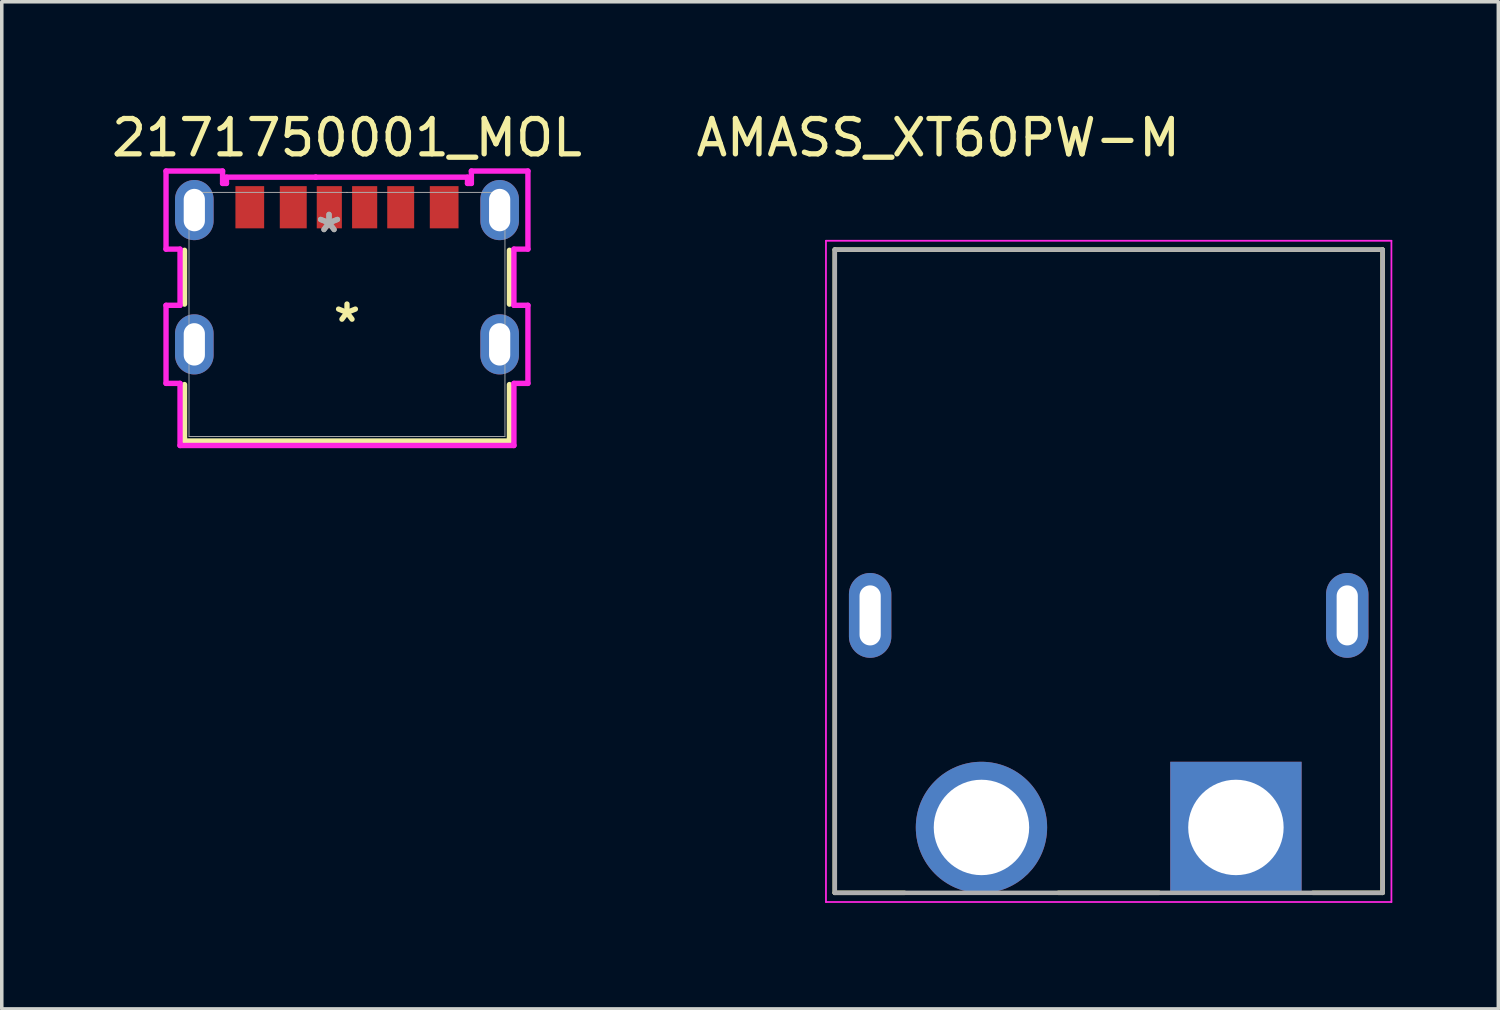
<source format=kicad_pcb>
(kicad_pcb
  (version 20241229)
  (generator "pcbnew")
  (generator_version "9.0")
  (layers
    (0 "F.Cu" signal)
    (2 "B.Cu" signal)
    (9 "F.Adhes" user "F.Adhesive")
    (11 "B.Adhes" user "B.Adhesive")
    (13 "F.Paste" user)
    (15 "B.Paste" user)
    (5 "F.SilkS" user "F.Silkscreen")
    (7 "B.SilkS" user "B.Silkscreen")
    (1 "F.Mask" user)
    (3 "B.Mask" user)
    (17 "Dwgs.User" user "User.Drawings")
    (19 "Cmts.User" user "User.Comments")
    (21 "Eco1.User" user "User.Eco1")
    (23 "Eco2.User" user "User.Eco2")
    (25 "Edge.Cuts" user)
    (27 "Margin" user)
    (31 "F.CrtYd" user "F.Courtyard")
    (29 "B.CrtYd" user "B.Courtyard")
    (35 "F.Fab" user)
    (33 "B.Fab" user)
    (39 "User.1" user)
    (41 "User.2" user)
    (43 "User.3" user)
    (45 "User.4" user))
  (footprint "AMASS_XT60PW-M"
    (layer "F.Cu")
    (at 28.321 14.363)
    (property "Reference" "AMASS_XT60PW-M" (at -4.824 -13.515 0) (layer "F.SilkS") (effects (font (size 1 1) (thickness 0.15))))
    (attr through_hole)
    (fp_line (start -7.75 -10.35) (end -7.75 7.85) (stroke (width 0.127) (type solid)) (layer "F.SilkS"))
    (fp_line (start -7.75 7.85) (end -5.778 7.85) (stroke (width 0.127) (type solid)) (layer "F.SilkS"))
    (fp_line (start -1.422 7.85) (end 1.422 7.85) (stroke (width 0.127) (type solid)) (layer "F.SilkS"))
    (fp_line (start 7.75 -10.35) (end -7.75 -10.35) (stroke (width 0.127) (type solid)) (layer "F.SilkS"))
    (fp_line (start 7.75 7.85) (end 5.778 7.85) (stroke (width 0.127) (type solid)) (layer "F.SilkS"))
    (fp_line (start 7.75 7.85) (end 7.75 -10.35) (stroke (width 0.127) (type solid)) (layer "F.SilkS"))
    (fp_line (start -8 -10.6) (end -8 8.11) (stroke (width 0.05) (type solid)) (layer "F.CrtYd"))
    (fp_line (start -8 8.11) (end 8 8.11) (stroke (width 0.05) (type solid)) (layer "F.CrtYd"))
    (fp_line (start 8 -10.6) (end -8 -10.6) (stroke (width 0.05) (type solid)) (layer "F.CrtYd"))
    (fp_line (start 8 8.11) (end 8 -10.6) (stroke (width 0.05) (type solid)) (layer "F.CrtYd"))
    (fp_line (start -7.75 -10.35) (end -7.75 7.85) (stroke (width 0.127) (type solid)) (layer "F.Fab"))
    (fp_line (start -7.75 7.85) (end 7.75 7.85) (stroke (width 0.127) (type solid)) (layer "F.Fab"))
    (fp_line (start 7.75 -10.35) (end -7.75 -10.35) (stroke (width 0.127) (type solid)) (layer "F.Fab"))
    (fp_line (start 7.75 7.85) (end 7.75 -10.35) (stroke (width 0.127) (type solid)) (layer "F.Fab"))
    (pad "" thru_hole oval (at -6.75 0) (size 1.2 2.4) (drill oval 0.6 1.7) (layers "*.Cu" "*.Mask"))
    (pad "" thru_hole oval (at 6.75 0) (size 1.2 2.4) (drill oval 0.6 1.7) (layers "*.Cu" "*.Mask"))
    (pad "1" thru_hole rect (at 3.6 6) (size 3.716 3.716) (drill 2.7) (layers "*.Cu" "*.Mask"))
    (pad "2" thru_hole circle (at -3.6 6) (size 3.716 3.716) (drill 2.7) (layers "*.Cu" "*.Mask")))
  (footprint "2171750001_MOL"
    (layer "F.Cu")
    (at 6.768 5.848)
    (property "Reference" "2171750001_MOL" (at 0 -5 0) (unlocked yes) (layer "F.SilkS") (effects (font (size 1 1) (thickness 0.15))))
    (attr smd)
    (fp_line (start -4.597 -1.816) (end -4.597 -0.293) (stroke (width 0.152) (type solid)) (layer "F.SilkS"))
    (fp_line (start -4.597 1.984) (end -4.597 3.581) (stroke (width 0.152) (type solid)) (layer "F.SilkS"))
    (fp_line (start -4.597 3.581) (end 4.597 3.581) (stroke (width 0.152) (type solid)) (layer "F.SilkS"))
    (fp_line (start 4.597 -0.293) (end 4.597 -1.816) (stroke (width 0.152) (type solid)) (layer "F.SilkS"))
    (fp_line (start 4.597 3.581) (end 4.597 1.984) (stroke (width 0.152) (type solid)) (layer "F.SilkS"))
    (fp_line (start -5.12 -4.059) (end -5.12 -1.849) (stroke (width 0.152) (type solid)) (layer "F.CrtYd"))
    (fp_line (start -5.12 -1.849) (end -4.724 -1.849) (stroke (width 0.152) (type solid)) (layer "F.CrtYd"))
    (fp_line (start -5.12 -0.259) (end -5.12 1.95) (stroke (width 0.152) (type solid)) (layer "F.CrtYd"))
    (fp_line (start -5.12 1.95) (end -4.724 1.95) (stroke (width 0.152) (type solid)) (layer "F.CrtYd"))
    (fp_line (start -4.724 -1.849) (end -4.724 -0.259) (stroke (width 0.152) (type solid)) (layer "F.CrtYd"))
    (fp_line (start -4.724 -0.259) (end -5.12 -0.259) (stroke (width 0.152) (type solid)) (layer "F.CrtYd"))
    (fp_line (start -4.724 1.95) (end -4.724 3.708) (stroke (width 0.152) (type solid)) (layer "F.CrtYd"))
    (fp_line (start -4.724 3.708) (end 4.724 3.708) (stroke (width 0.152) (type solid)) (layer "F.CrtYd"))
    (fp_line (start -3.52 -4.059) (end -5.12 -4.059) (stroke (width 0.152) (type solid)) (layer "F.CrtYd"))
    (fp_line (start -3.52 -3.708) (end -3.52 -4.059) (stroke (width 0.152) (type solid)) (layer "F.CrtYd"))
    (fp_line (start -3.41 -3.885) (end -3.41 -3.708) (stroke (width 0.152) (type solid)) (layer "F.CrtYd"))
    (fp_line (start -3.41 -3.708) (end -3.52 -3.708) (stroke (width 0.152) (type solid)) (layer "F.CrtYd"))
    (fp_line (start -0.885 -3.885) (end -0.885 -3.885) (stroke (width 0.152) (type solid)) (layer "F.CrtYd"))
    (fp_line (start -0.885 -3.885) (end -3.41 -3.885) (stroke (width 0.152) (type solid)) (layer "F.CrtYd"))
    (fp_line (start 3.41 -3.885) (end -0.885 -3.885) (stroke (width 0.152) (type solid)) (layer "F.CrtYd"))
    (fp_line (start 3.41 -3.708) (end 3.41 -3.885) (stroke (width 0.152) (type solid)) (layer "F.CrtYd"))
    (fp_line (start 3.52 -4.059) (end 3.52 -3.708) (stroke (width 0.152) (type solid)) (layer "F.CrtYd"))
    (fp_line (start 3.52 -3.708) (end 3.41 -3.708) (stroke (width 0.152) (type solid)) (layer "F.CrtYd"))
    (fp_line (start 4.724 -1.849) (end 5.12 -1.849) (stroke (width 0.152) (type solid)) (layer "F.CrtYd"))
    (fp_line (start 4.724 -0.259) (end 4.724 -1.849) (stroke (width 0.152) (type solid)) (layer "F.CrtYd"))
    (fp_line (start 4.724 1.95) (end 5.12 1.95) (stroke (width 0.152) (type solid)) (layer "F.CrtYd"))
    (fp_line (start 4.724 3.708) (end 4.724 1.95) (stroke (width 0.152) (type solid)) (layer "F.CrtYd"))
    (fp_line (start 5.12 -4.059) (end 3.52 -4.059) (stroke (width 0.152) (type solid)) (layer "F.CrtYd"))
    (fp_line (start 5.12 -1.849) (end 5.12 -4.059) (stroke (width 0.152) (type solid)) (layer "F.CrtYd"))
    (fp_line (start 5.12 -0.259) (end 4.724 -0.259) (stroke (width 0.152) (type solid)) (layer "F.CrtYd"))
    (fp_line (start 5.12 1.95) (end 5.12 -0.259) (stroke (width 0.152) (type solid)) (layer "F.CrtYd"))
    (fp_line (start -4.47 -3.454) (end -4.47 3.454) (stroke (width 0.025) (type solid)) (layer "F.Fab"))
    (fp_line (start -4.47 3.454) (end 4.47 3.454) (stroke (width 0.025) (type solid)) (layer "F.Fab"))
    (fp_line (start 0 -3.454) (end 0 -3.454) (stroke (width 0.025) (type solid)) (layer "F.Fab"))
    (fp_line (start 0 -3.454) (end 0 -3.454) (stroke (width 0.025) (type solid)) (layer "F.Fab"))
    (fp_line (start 0 -3.454) (end 0 -3.454) (stroke (width 0.025) (type solid)) (layer "F.Fab"))
    (fp_line (start 0 -3.454) (end 0 -3.454) (stroke (width 0.025) (type solid)) (layer "F.Fab"))
    (fp_line (start 4.47 -3.454) (end -4.47 -3.454) (stroke (width 0.025) (type solid)) (layer "F.Fab"))
    (fp_line (start 4.47 3.454) (end 4.47 -3.454) (stroke (width 0.025) (type solid)) (layer "F.Fab"))
    (fp_text user "*" (at 0 0.25 0) (layer "F.SilkS") (effects (font (size 1 1) (thickness 0.15))))
    (fp_text user "*" (at -0.508 -2.286 0) (unlocked yes) (layer "F.Fab") (effects (font (size 1 1) (thickness 0.15))))
    (fp_text user "*" (at -0.508 -2.286 0) (layer "F.Fab") (effects (font (size 1 1) (thickness 0.15))))
    (pad "7" thru_hole oval (at -4.32 -2.954) (size 1.092 1.702) (drill oval 0.6 1.2) (layers "*.Cu" "*.Mask"))
    (pad "7" thru_hole oval (at -4.32 0.846) (size 1.092 1.702) (drill oval 0.6 1.2) (layers "*.Cu" "*.Mask"))
    (pad "7" thru_hole oval (at 4.32 -2.954) (size 1.092 1.702) (drill oval 0.6 1.2) (layers "*.Cu" "*.Mask"))
    (pad "7" thru_hole oval (at 4.32 0.846) (size 1.092 1.702) (drill oval 0.6 1.2) (layers "*.Cu" "*.Mask"))
    (pad "A5" smd rect (at -0.5 -3.034) (size 0.711 1.194) (layers "F.Cu" "F.Mask" "F.Paste"))
    (pad "A9" smd rect (at 1.52 -3.034) (size 0.762 1.194) (layers "F.Cu" "F.Mask" "F.Paste"))
    (pad "A12" smd rect (at 2.75 -3.034) (size 0.813 1.194) (layers "F.Cu" "F.Mask" "F.Paste"))
    (pad "B5" smd rect (at 0.5 -3.034) (size 0.711 1.194) (layers "F.Cu" "F.Mask" "F.Paste"))
    (pad "B9" smd rect (at -1.52 -3.034) (size 0.762 1.194) (layers "F.Cu" "F.Mask" "F.Paste"))
    (pad "B12" smd rect (at -2.75 -3.034) (size 0.813 1.194) (layers "F.Cu" "F.Mask" "F.Paste")))
  (gr_rect
    (start -3 -3)
    (end 39.346 25.498)
    (stroke (width 0.1) (type default))
    (fill no)
    (layer "Edge.Cuts")))
</source>
